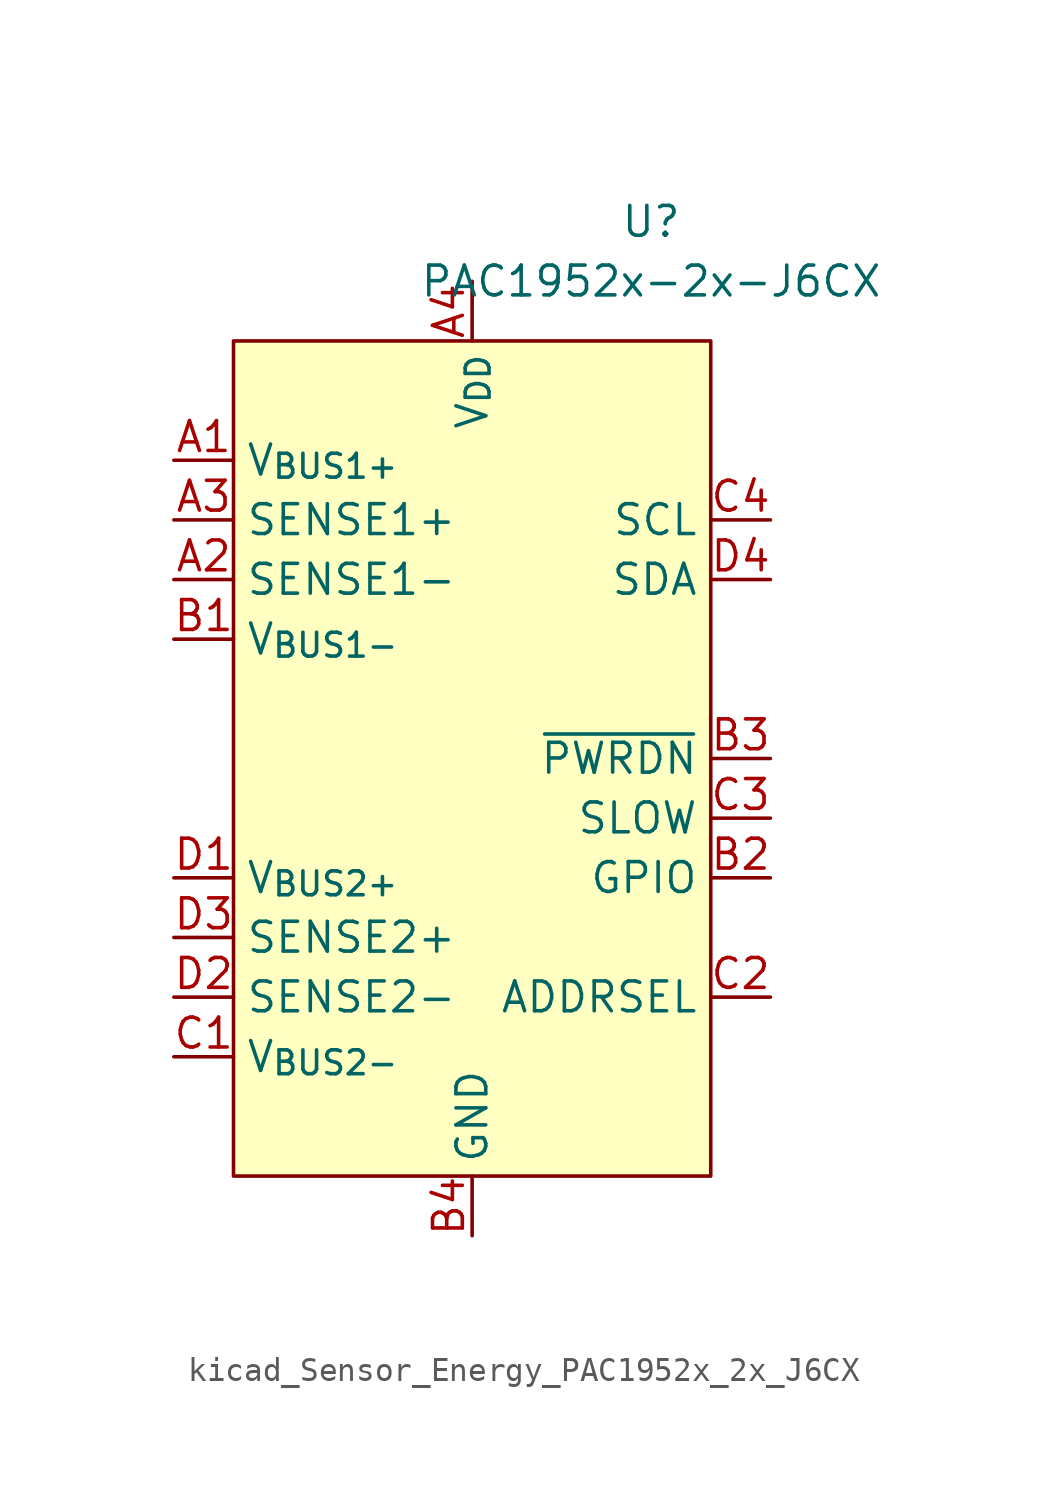
<source format=kicad_sym>
(kicad_symbol_lib
  (version 20220914)
  (generator kicad_symbol_editor)
  (symbol "kicad_Sensor_Energy_PAC1952x_2x_J6CX"
    (property "Reference" "U"
      (at 7.62 22.86 0)
      (effects (font (size 1.27 1.27))))
    (property "Value" "PAC1952x-2x-J6CX"
      (at 7.62 20.32 0)
      (effects (font (size 1.27 1.27))))
    (symbol "kicad_Sensor_Energy_PAC1952x_2x_J6CX_0_0"
      (pin input line (at -12.7 12.7 0) (length 2.54) (name "V_{BUS1+}" (effects (font (size 1.27 1.27)))) (number "A1" (effects (font (size 1.27 1.27)))))
      (pin input line (at -12.7 7.62 0) (length 2.54) (name "SENSE1-" (effects (font (size 1.27 1.27)))) (number "A2" (effects (font (size 1.27 1.27)))))
      (pin input line (at -12.7 10.16 0) (length 2.54) (name "SENSE1+" (effects (font (size 1.27 1.27)))) (number "A3" (effects (font (size 1.27 1.27)))))
      (pin power_in line (at 0 20.32 270) (length 2.54) (name "V_{DD}" (effects (font (size 1.27 1.27)))) (number "A4" (effects (font (size 1.27 1.27)))))
      (pin input line (at -12.7 5.08 0) (length 2.54) (name "V_{BUS1-}" (effects (font (size 1.27 1.27)))) (number "B1" (effects (font (size 1.27 1.27)))))
      (pin bidirectional line (at 12.7 -5.08 180) (length 2.54) (name "GPIO" (effects (font (size 1.27 1.27)))) (number "B2" (effects (font (size 1.27 1.27)))) (alternate "~{ALERT2}" open_collector line))
      (pin input line (at 12.7 0 180) (length 2.54) (name "~{PWRDN}" (effects (font (size 1.27 1.27)))) (number "B3" (effects (font (size 1.27 1.27)))))
      (pin power_in line (at 0 -20.32 90) (length 2.54) (name "GND" (effects (font (size 1.27 1.27)))) (number "B4" (effects (font (size 1.27 1.27)))))
      (pin input line (at -12.7 -12.7 0) (length 2.54) (name "V_{BUS2-}" (effects (font (size 1.27 1.27)))) (number "C1" (effects (font (size 1.27 1.27)))))
      (pin passive line (at 12.7 -10.16 180) (length 2.54) (name "ADDRSEL" (effects (font (size 1.27 1.27)))) (number "C2" (effects (font (size 1.27 1.27)))))
      (pin input line (at 12.7 -2.54 180) (length 2.54) (name "SLOW" (effects (font (size 1.27 1.27)))) (number "C3" (effects (font (size 1.27 1.27)))) (alternate "GPIO" bidirectional line) (alternate "~{ALERT1}" open_collector line))
      (pin input line (at 12.7 10.16 180) (length 2.54) (name "SCL" (effects (font (size 1.27 1.27)))) (number "C4" (effects (font (size 1.27 1.27)))) (alternate "SM_CLK" input line))
      (pin input line (at -12.7 -5.08 0) (length 2.54) (name "V_{BUS2+}" (effects (font (size 1.27 1.27)))) (number "D1" (effects (font (size 1.27 1.27)))))
      (pin input line (at -12.7 -10.16 0) (length 2.54) (name "SENSE2-" (effects (font (size 1.27 1.27)))) (number "D2" (effects (font (size 1.27 1.27)))))
      (pin input line (at -12.7 -7.62 0) (length 2.54) (name "SENSE2+" (effects (font (size 1.27 1.27)))) (number "D3" (effects (font (size 1.27 1.27)))))
      (pin bidirectional line (at 12.7 7.62 180) (length 2.54) (name "SDA" (effects (font (size 1.27 1.27)))) (number "D4" (effects (font (size 1.27 1.27)))) (alternate "SM_DATA" bidirectional line)))
    (symbol "kicad_Sensor_Energy_PAC1952x_2x_J6CX_0_1"
      (rectangle (start -10.16 17.78) (end 10.16 -17.78) (stroke (width 0) (type default)) (fill (type background))))))
</source>
